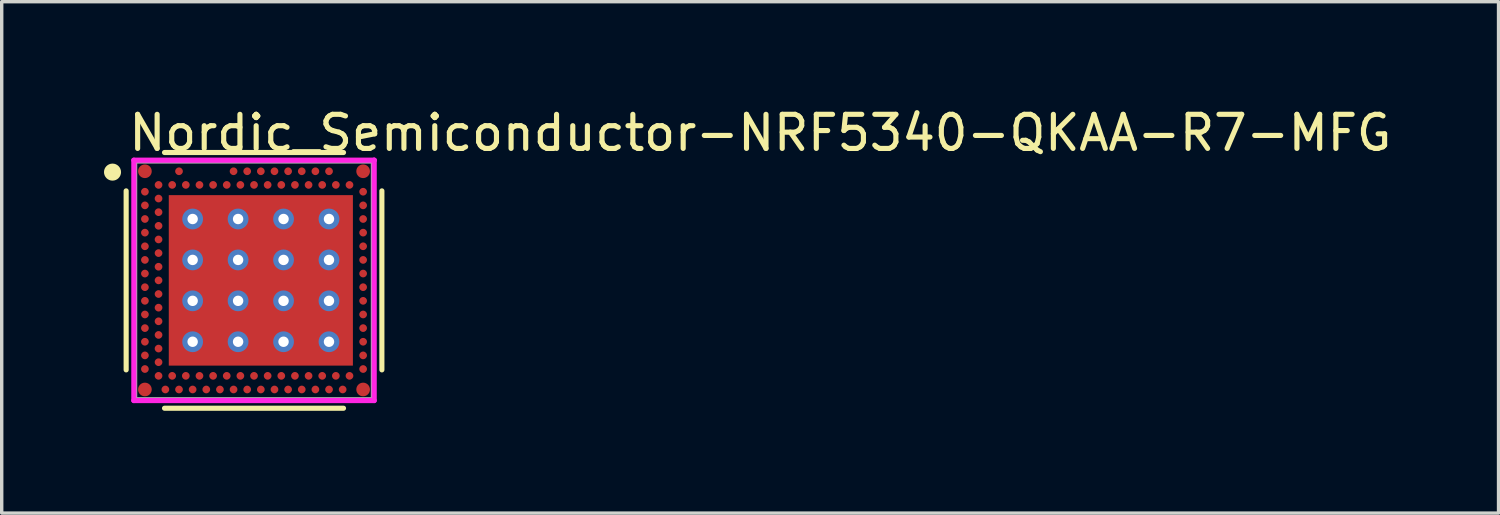
<source format=kicad_pcb>
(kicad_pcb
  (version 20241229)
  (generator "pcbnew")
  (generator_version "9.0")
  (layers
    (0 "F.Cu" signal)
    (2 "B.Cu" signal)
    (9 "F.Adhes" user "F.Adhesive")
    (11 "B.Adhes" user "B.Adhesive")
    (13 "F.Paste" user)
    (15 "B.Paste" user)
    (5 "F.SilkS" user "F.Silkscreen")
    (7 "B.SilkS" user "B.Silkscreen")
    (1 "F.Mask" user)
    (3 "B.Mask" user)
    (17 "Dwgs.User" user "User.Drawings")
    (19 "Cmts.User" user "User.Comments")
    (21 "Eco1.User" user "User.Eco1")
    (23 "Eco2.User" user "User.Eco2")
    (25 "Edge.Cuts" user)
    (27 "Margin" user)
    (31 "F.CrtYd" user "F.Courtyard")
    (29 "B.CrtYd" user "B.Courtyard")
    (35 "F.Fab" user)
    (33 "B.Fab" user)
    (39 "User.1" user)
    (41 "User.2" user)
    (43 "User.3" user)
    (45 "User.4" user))
  (footprint "Nordic_Semiconductor-NRF5340-QKAA-R7-MFG"
    (layer "F.Cu")
    (at 4.4 5.173)
    (property "Reference" "Nordic_Semiconductor-NRF5340-QKAA-R7-MFG" (at -3.75 -4.325 0) (layer "F.SilkS") (effects (font (size 1 1) (thickness 0.15)) (justify left)))
    (attr through_hole)
    (fp_line (start -3.75 2.625) (end -3.75 -2.625) (stroke (width 0.15) (type solid)) (layer "F.SilkS"))
    (fp_line (start -2.625 -3.75) (end 2.625 -3.75) (stroke (width 0.15) (type solid)) (layer "F.SilkS"))
    (fp_line (start -2.625 3.75) (end 2.625 3.75) (stroke (width 0.15) (type solid)) (layer "F.SilkS"))
    (fp_line (start 3.75 2.625) (end 3.75 -2.625) (stroke (width 0.15) (type solid)) (layer "F.SilkS"))
    (fp_circle (center -4.15 -3.175) (end -4.025 -3.175) (stroke (width 0.25) (type solid)) (fill no) (layer "F.SilkS"))
    (fp_line (start -3.525 -3.525) (end -3.525 3.525) (stroke (width 0.15) (type solid)) (layer "F.CrtYd"))
    (fp_line (start -3.525 3.525) (end 3.525 3.525) (stroke (width 0.15) (type solid)) (layer "F.CrtYd"))
    (fp_line (start 3.525 -3.525) (end -3.525 -3.525) (stroke (width 0.15) (type solid)) (layer "F.CrtYd"))
    (fp_line (start 3.525 -3.525) (end 3.525 -3.525) (stroke (width 0.15) (type solid)) (layer "F.CrtYd"))
    (fp_line (start 3.525 3.525) (end 3.525 -3.525) (stroke (width 0.15) (type solid)) (layer "F.CrtYd"))
    (fp_line (start -3.5 -3.5) (end 3.5 -3.5) (stroke (width 0.15) (type solid)) (layer "F.Fab"))
    (fp_line (start -3.5 3.5) (end -3.5 -3.5) (stroke (width 0.15) (type solid)) (layer "F.Fab"))
    (fp_line (start 3.5 -3.5) (end 3.5 3.5) (stroke (width 0.15) (type solid)) (layer "F.Fab"))
    (fp_line (start 3.5 3.5) (end -3.5 3.5) (stroke (width 0.15) (type solid)) (layer "F.Fab"))
    (pad "" smd rect (at -1.75 -1.8) (size 1.1 1) (layers "F.Paste"))
    (pad "" smd rect (at -1.75 -0.6) (size 1.1 1) (layers "F.Paste"))
    (pad "" smd rect (at -1.75 0.6) (size 1.1 1) (layers "F.Paste"))
    (pad "" smd rect (at -1.75 1.8) (size 1.1 1) (layers "F.Paste"))
    (pad "" smd rect (at -0.45 -1.8) (size 1.1 1) (layers "F.Paste"))
    (pad "" smd rect (at -0.45 -0.6) (size 1.1 1) (layers "F.Paste"))
    (pad "" smd rect (at -0.45 0.6) (size 1.1 1) (layers "F.Paste"))
    (pad "" smd rect (at -0.45 1.8) (size 1.1 1) (layers "F.Paste"))
    (pad "" smd rect (at 0.85 -1.8) (size 1.1 1) (layers "F.Paste"))
    (pad "" smd rect (at 0.85 -0.6) (size 1.1 1) (layers "F.Paste"))
    (pad "" smd rect (at 0.85 0.6) (size 1.1 1) (layers "F.Paste"))
    (pad "" smd rect (at 0.85 1.8) (size 1.1 1) (layers "F.Paste"))
    (pad "" smd rect (at 2.15 -1.8) (size 1.1 1) (layers "F.Paste"))
    (pad "" smd rect (at 2.15 -0.6) (size 1.1 1) (layers "F.Paste"))
    (pad "" smd rect (at 2.15 0.6) (size 1.1 1) (layers "F.Paste"))
    (pad "" smd rect (at 2.15 1.8) (size 1.1 1) (layers "F.Paste"))
    (pad "1" smd rect (at 0.2 0) (size 5.4 5) (layers "F.Cu" "F.Mask"))
    (pad "A1" smd circle (at -3.2 -3.2) (size 0.4 0.4) (layers "F.Cu" "F.Mask" "F.Paste"))
    (pad "A5" smd circle (at -2.2 -3.2) (size 0.225 0.225) (layers "F.Cu" "F.Mask" "F.Paste"))
    (pad "A13" smd circle (at -0.6 -3.2) (size 0.225 0.225) (layers "F.Cu" "F.Mask" "F.Paste"))
    (pad "A15" smd circle (at -0.2 -3.2) (size 0.225 0.225) (layers "F.Cu" "F.Mask" "F.Paste"))
    (pad "A17" smd circle (at 0.2 -3.2) (size 0.225 0.225) (layers "F.Cu" "F.Mask" "F.Paste"))
    (pad "A19" smd circle (at 0.6 -3.2) (size 0.225 0.225) (layers "F.Cu" "F.Mask" "F.Paste"))
    (pad "A21" smd circle (at 1 -3.2) (size 0.225 0.225) (layers "F.Cu" "F.Mask" "F.Paste"))
    (pad "A23" smd circle (at 1.4 -3.2) (size 0.225 0.225) (layers "F.Cu" "F.Mask" "F.Paste"))
    (pad "A25" smd circle (at 1.8 -3.2) (size 0.225 0.225) (layers "F.Cu" "F.Mask" "F.Paste"))
    (pad "A27" smd circle (at 2.2 -3.2) (size 0.225 0.225) (layers "F.Cu" "F.Mask" "F.Paste"))
    (pad "A31" smd circle (at 3.2 -3.2) (size 0.4 0.4) (layers "F.Cu" "F.Mask" "F.Paste"))
    (pad "AA1" smd circle (at -3.2 1) (size 0.225 0.225) (layers "F.Cu" "F.Mask" "F.Paste"))
    (pad "AA31" smd circle (at 3.2 1) (size 0.225 0.225) (layers "F.Cu" "F.Mask" "F.Paste"))
    (pad "AB2" smd circle (at -2.8 1.2) (size 0.225 0.225) (layers "F.Cu" "F.Mask" "F.Paste"))
    (pad "AC1" smd circle (at -3.2 1.4) (size 0.225 0.225) (layers "F.Cu" "F.Mask" "F.Paste"))
    (pad "AC31" smd circle (at 3.2 1.4) (size 0.225 0.225) (layers "F.Cu" "F.Mask" "F.Paste"))
    (pad "AD2" smd circle (at -2.8 1.6) (size 0.225 0.225) (layers "F.Cu" "F.Mask" "F.Paste"))
    (pad "AE1" smd circle (at -3.2 1.8) (size 0.225 0.225) (layers "F.Cu" "F.Mask" "F.Paste"))
    (pad "AE31" smd circle (at 3.2 1.8) (size 0.225 0.225) (layers "F.Cu" "F.Mask" "F.Paste"))
    (pad "AF2" smd circle (at -2.8 2) (size 0.225 0.225) (layers "F.Cu" "F.Mask" "F.Paste"))
    (pad "AG1" smd circle (at -3.2 2.2) (size 0.225 0.225) (layers "F.Cu" "F.Mask" "F.Paste"))
    (pad "AG31" smd circle (at 3.2 2.2) (size 0.225 0.225) (layers "F.Cu" "F.Mask" "F.Paste"))
    (pad "AH2" smd circle (at -2.8 2.4) (size 0.225 0.225) (layers "F.Cu" "F.Mask" "F.Paste"))
    (pad "AJ1" smd circle (at -3.2 2.6) (size 0.225 0.225) (layers "F.Cu" "F.Mask" "F.Paste"))
    (pad "AJ31" smd circle (at 3.2 2.6) (size 0.225 0.225) (layers "F.Cu" "F.Mask" "F.Paste"))
    (pad "AK2" smd circle (at -2.8 2.8) (size 0.225 0.225) (layers "F.Cu" "F.Mask" "F.Paste"))
    (pad "AK4" smd circle (at -2.4 2.8) (size 0.225 0.225) (layers "F.Cu" "F.Mask" "F.Paste"))
    (pad "AK6" smd circle (at -2 2.8) (size 0.225 0.225) (layers "F.Cu" "F.Mask" "F.Paste"))
    (pad "AK8" smd circle (at -1.6 2.8) (size 0.225 0.225) (layers "F.Cu" "F.Mask" "F.Paste"))
    (pad "AK10" smd circle (at -1.2 2.8) (size 0.225 0.225) (layers "F.Cu" "F.Mask" "F.Paste"))
    (pad "AK12" smd circle (at -0.8 2.8) (size 0.225 0.225) (layers "F.Cu" "F.Mask" "F.Paste"))
    (pad "AK14" smd circle (at -0.4 2.8) (size 0.225 0.225) (layers "F.Cu" "F.Mask" "F.Paste"))
    (pad "AK16" smd circle (at 0 2.8) (size 0.225 0.225) (layers "F.Cu" "F.Mask" "F.Paste"))
    (pad "AK18" smd circle (at 0.4 2.8) (size 0.225 0.225) (layers "F.Cu" "F.Mask" "F.Paste"))
    (pad "AK20" smd circle (at 0.8 2.8) (size 0.225 0.225) (layers "F.Cu" "F.Mask" "F.Paste"))
    (pad "AK22" smd circle (at 1.2 2.8) (size 0.225 0.225) (layers "F.Cu" "F.Mask" "F.Paste"))
    (pad "AK24" smd circle (at 1.6 2.8) (size 0.225 0.225) (layers "F.Cu" "F.Mask" "F.Paste"))
    (pad "AK26" smd circle (at 2 2.8) (size 0.225 0.225) (layers "F.Cu" "F.Mask" "F.Paste"))
    (pad "AK28" smd circle (at 2.4 2.8) (size 0.225 0.225) (layers "F.Cu" "F.Mask" "F.Paste"))
    (pad "AK30" smd circle (at 2.8 2.8) (size 0.225 0.225) (layers "F.Cu" "F.Mask" "F.Paste"))
    (pad "AL1" smd circle (at -3.2 3.2) (size 0.4 0.4) (layers "F.Cu" "F.Mask" "F.Paste"))
    (pad "AL3" smd circle (at -2.6 3.2) (size 0.225 0.225) (layers "F.Cu" "F.Mask" "F.Paste"))
    (pad "AL5" smd circle (at -2.2 3.2) (size 0.225 0.225) (layers "F.Cu" "F.Mask" "F.Paste"))
    (pad "AL7" smd circle (at -1.8 3.2) (size 0.225 0.225) (layers "F.Cu" "F.Mask" "F.Paste"))
    (pad "AL9" smd circle (at -1.4 3.2) (size 0.225 0.225) (layers "F.Cu" "F.Mask" "F.Paste"))
    (pad "AL11" smd circle (at -1 3.2) (size 0.225 0.225) (layers "F.Cu" "F.Mask" "F.Paste"))
    (pad "AL13" smd circle (at -0.6 3.2) (size 0.225 0.225) (layers "F.Cu" "F.Mask" "F.Paste"))
    (pad "AL15" smd circle (at -0.2 3.2) (size 0.225 0.225) (layers "F.Cu" "F.Mask" "F.Paste"))
    (pad "AL17" smd circle (at 0.2 3.2) (size 0.225 0.225) (layers "F.Cu" "F.Mask" "F.Paste"))
    (pad "AL19" smd circle (at 0.6 3.2) (size 0.225 0.225) (layers "F.Cu" "F.Mask" "F.Paste"))
    (pad "AL21" smd circle (at 1 3.2) (size 0.225 0.225) (layers "F.Cu" "F.Mask" "F.Paste"))
    (pad "AL23" smd circle (at 1.4 3.2) (size 0.225 0.225) (layers "F.Cu" "F.Mask" "F.Paste"))
    (pad "AL25" smd circle (at 1.8 3.2) (size 0.225 0.225) (layers "F.Cu" "F.Mask" "F.Paste"))
    (pad "AL27" smd circle (at 2.2 3.2) (size 0.225 0.225) (layers "F.Cu" "F.Mask" "F.Paste"))
    (pad "AL29" smd circle (at 2.6 3.2) (size 0.225 0.225) (layers "F.Cu" "F.Mask" "F.Paste"))
    (pad "AL31" smd circle (at 3.2 3.2) (size 0.4 0.4) (layers "F.Cu" "F.Mask" "F.Paste"))
    (pad "B2" smd circle (at -2.8 -2.8) (size 0.225 0.225) (layers "F.Cu" "F.Mask" "F.Paste"))
    (pad "B4" smd circle (at -2.4 -2.8) (size 0.225 0.225) (layers "F.Cu" "F.Mask" "F.Paste"))
    (pad "B6" smd circle (at -2 -2.8) (size 0.225 0.225) (layers "F.Cu" "F.Mask" "F.Paste"))
    (pad "B8" smd circle (at -1.6 -2.8) (size 0.225 0.225) (layers "F.Cu" "F.Mask" "F.Paste"))
    (pad "B10" smd circle (at -1.2 -2.8) (size 0.225 0.225) (layers "F.Cu" "F.Mask" "F.Paste"))
    (pad "B12" smd circle (at -0.8 -2.8) (size 0.225 0.225) (layers "F.Cu" "F.Mask" "F.Paste"))
    (pad "B14" smd circle (at -0.4 -2.8) (size 0.225 0.225) (layers "F.Cu" "F.Mask" "F.Paste"))
    (pad "B16" smd circle (at 0 -2.8) (size 0.225 0.225) (layers "F.Cu" "F.Mask" "F.Paste"))
    (pad "B18" smd circle (at 0.4 -2.8) (size 0.225 0.225) (layers "F.Cu" "F.Mask" "F.Paste"))
    (pad "B20" smd circle (at 0.8 -2.8) (size 0.225 0.225) (layers "F.Cu" "F.Mask" "F.Paste"))
    (pad "B22" smd circle (at 1.2 -2.8) (size 0.225 0.225) (layers "F.Cu" "F.Mask" "F.Paste"))
    (pad "B24" smd circle (at 1.6 -2.8) (size 0.225 0.225) (layers "F.Cu" "F.Mask" "F.Paste"))
    (pad "B26" smd circle (at 2 -2.8) (size 0.225 0.225) (layers "F.Cu" "F.Mask" "F.Paste"))
    (pad "B28" smd circle (at 2.4 -2.8) (size 0.225 0.225) (layers "F.Cu" "F.Mask" "F.Paste"))
    (pad "B30" smd circle (at 2.8 -2.8) (size 0.225 0.225) (layers "F.Cu" "F.Mask" "F.Paste"))
    (pad "C1" smd circle (at -3.2 -2.6) (size 0.225 0.225) (layers "F.Cu" "F.Mask" "F.Paste"))
    (pad "C31" smd circle (at 3.2 -2.6) (size 0.225 0.225) (layers "F.Cu" "F.Mask" "F.Paste"))
    (pad "D2" smd circle (at -2.8 -2.4) (size 0.225 0.225) (layers "F.Cu" "F.Mask" "F.Paste"))
    (pad "E1" smd circle (at -3.2 -2.2) (size 0.225 0.225) (layers "F.Cu" "F.Mask" "F.Paste"))
    (pad "E31" smd circle (at 3.2 -2.2) (size 0.225 0.225) (layers "F.Cu" "F.Mask" "F.Paste"))
    (pad "F2" smd circle (at -2.8 -2) (size 0.225 0.225) (layers "F.Cu" "F.Mask" "F.Paste"))
    (pad "G1" smd circle (at -3.2 -1.8) (size 0.225 0.225) (layers "F.Cu" "F.Mask" "F.Paste"))
    (pad "G31" smd circle (at 3.2 -1.8) (size 0.225 0.225) (layers "F.Cu" "F.Mask" "F.Paste"))
    (pad "H2" smd circle (at -2.8 -1.6) (size 0.225 0.225) (layers "F.Cu" "F.Mask" "F.Paste"))
    (pad "J1" smd circle (at -3.2 -1.4) (size 0.225 0.225) (layers "F.Cu" "F.Mask" "F.Paste"))
    (pad "J31" smd circle (at 3.2 -1.4) (size 0.225 0.225) (layers "F.Cu" "F.Mask" "F.Paste"))
    (pad "K2" smd circle (at -2.8 -1.2) (size 0.225 0.225) (layers "F.Cu" "F.Mask" "F.Paste"))
    (pad "L1" smd circle (at -3.2 -1) (size 0.225 0.225) (layers "F.Cu" "F.Mask" "F.Paste"))
    (pad "L31" smd circle (at 3.2 -1) (size 0.225 0.225) (layers "F.Cu" "F.Mask" "F.Paste"))
    (pad "M2" smd circle (at -2.8 -0.8) (size 0.225 0.225) (layers "F.Cu" "F.Mask" "F.Paste"))
    (pad "N1" smd circle (at -3.2 -0.6) (size 0.225 0.225) (layers "F.Cu" "F.Mask" "F.Paste"))
    (pad "N31" smd circle (at 3.2 -0.6) (size 0.225 0.225) (layers "F.Cu" "F.Mask" "F.Paste"))
    (pad "P2" smd circle (at -2.8 -0.4) (size 0.225 0.225) (layers "F.Cu" "F.Mask" "F.Paste"))
    (pad "R1" smd circle (at -3.2 -0.2) (size 0.225 0.225) (layers "F.Cu" "F.Mask" "F.Paste"))
    (pad "R31" smd circle (at 3.2 -0.2) (size 0.225 0.225) (layers "F.Cu" "F.Mask" "F.Paste"))
    (pad "T2" smd circle (at -2.8 0) (size 0.225 0.225) (layers "F.Cu" "F.Mask" "F.Paste"))
    (pad "U1" smd circle (at -3.2 0.2) (size 0.225 0.225) (layers "F.Cu" "F.Mask" "F.Paste"))
    (pad "U31" smd circle (at 3.2 0.2) (size 0.225 0.225) (layers "F.Cu" "F.Mask" "F.Paste"))
    (pad "V2" smd circle (at -2.8 0.4) (size 0.225 0.225) (layers "F.Cu" "F.Mask" "F.Paste"))
    (pad "W1" smd circle (at -3.2 0.6) (size 0.225 0.225) (layers "F.Cu" "F.Mask" "F.Paste"))
    (pad "W31" smd circle (at 3.2 0.6) (size 0.225 0.225) (layers "F.Cu" "F.Mask" "F.Paste"))
    (pad "Y2" smd circle (at -2.8 0.8) (size 0.225 0.225) (layers "F.Cu" "F.Mask" "F.Paste"))
    (pad "~" thru_hole circle (at -1.8 -1.8) (size 0.61 0.61) (drill 0.305) (layers "*.Cu"))
    (pad "~" thru_hole circle (at -1.8 -0.6) (size 0.61 0.61) (drill 0.305) (layers "*.Cu"))
    (pad "~" thru_hole circle (at -1.8 0.6) (size 0.61 0.61) (drill 0.305) (layers "*.Cu"))
    (pad "~" thru_hole circle (at -1.8 1.8) (size 0.61 0.61) (drill 0.305) (layers "*.Cu"))
    (pad "~" thru_hole circle (at -0.467 -1.8) (size 0.61 0.61) (drill 0.305) (layers "*.Cu"))
    (pad "~" thru_hole circle (at -0.467 -0.6) (size 0.61 0.61) (drill 0.305) (layers "*.Cu"))
    (pad "~" thru_hole circle (at -0.467 0.6) (size 0.61 0.61) (drill 0.305) (layers "*.Cu"))
    (pad "~" thru_hole circle (at -0.467 1.8) (size 0.61 0.61) (drill 0.305) (layers "*.Cu"))
    (pad "~" thru_hole circle (at 0.866 -1.8) (size 0.61 0.61) (drill 0.305) (layers "*.Cu"))
    (pad "~" thru_hole circle (at 0.866 -0.6) (size 0.61 0.61) (drill 0.305) (layers "*.Cu"))
    (pad "~" thru_hole circle (at 0.866 0.6) (size 0.61 0.61) (drill 0.305) (layers "*.Cu"))
    (pad "~" thru_hole circle (at 0.866 1.8) (size 0.61 0.61) (drill 0.305) (layers "*.Cu"))
    (pad "~" thru_hole circle (at 2.199 -1.8) (size 0.61 0.61) (drill 0.305) (layers "*.Cu"))
    (pad "~" thru_hole circle (at 2.199 -0.6) (size 0.61 0.61) (drill 0.305) (layers "*.Cu"))
    (pad "~" thru_hole circle (at 2.199 0.6) (size 0.61 0.61) (drill 0.305) (layers "*.Cu"))
    (pad "~" thru_hole circle (at 2.199 1.8) (size 0.61 0.61) (drill 0.305) (layers "*.Cu")))
  (gr_rect
    (start -3 -3)
    (end 40.9 11.998)
    (stroke (width 0.1) (type default))
    (fill no)
    (layer "Edge.Cuts")))
</source>
